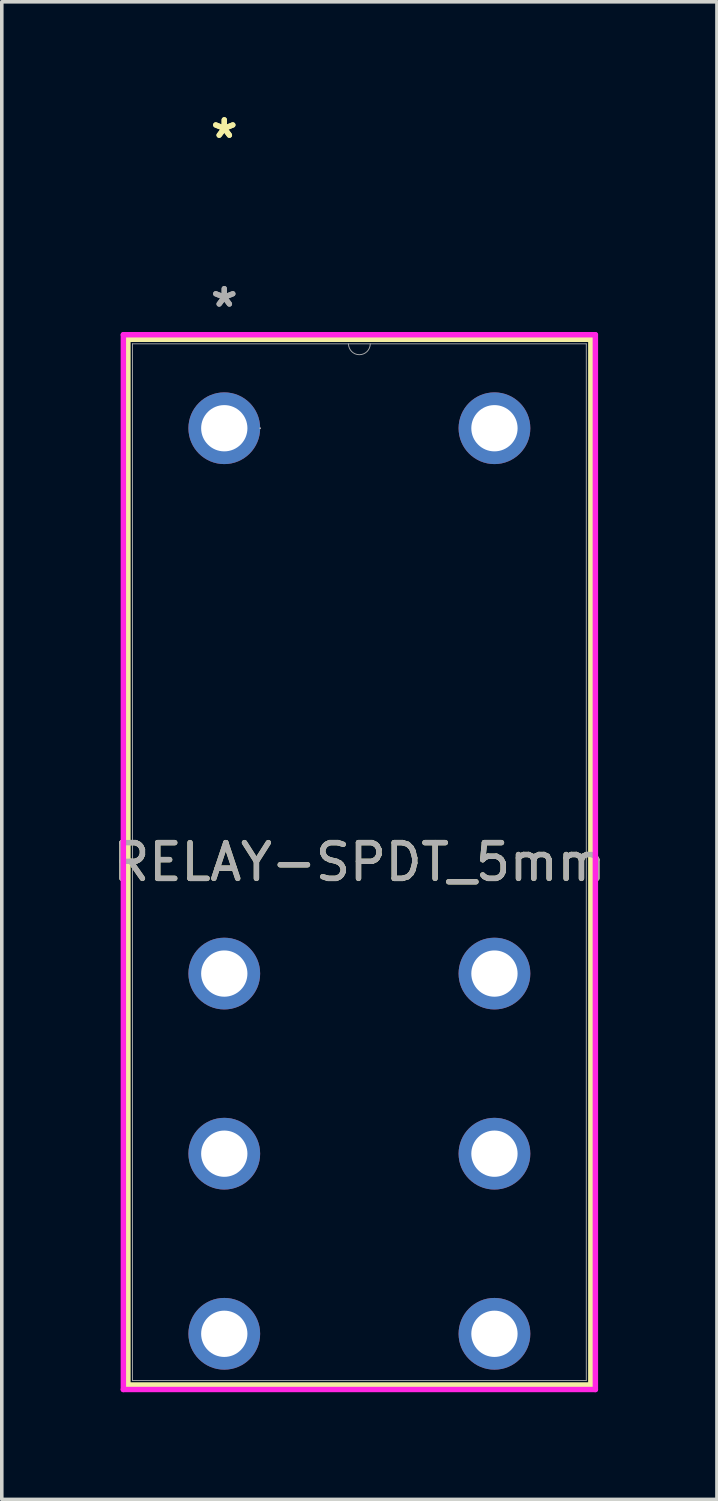
<source format=kicad_pcb>
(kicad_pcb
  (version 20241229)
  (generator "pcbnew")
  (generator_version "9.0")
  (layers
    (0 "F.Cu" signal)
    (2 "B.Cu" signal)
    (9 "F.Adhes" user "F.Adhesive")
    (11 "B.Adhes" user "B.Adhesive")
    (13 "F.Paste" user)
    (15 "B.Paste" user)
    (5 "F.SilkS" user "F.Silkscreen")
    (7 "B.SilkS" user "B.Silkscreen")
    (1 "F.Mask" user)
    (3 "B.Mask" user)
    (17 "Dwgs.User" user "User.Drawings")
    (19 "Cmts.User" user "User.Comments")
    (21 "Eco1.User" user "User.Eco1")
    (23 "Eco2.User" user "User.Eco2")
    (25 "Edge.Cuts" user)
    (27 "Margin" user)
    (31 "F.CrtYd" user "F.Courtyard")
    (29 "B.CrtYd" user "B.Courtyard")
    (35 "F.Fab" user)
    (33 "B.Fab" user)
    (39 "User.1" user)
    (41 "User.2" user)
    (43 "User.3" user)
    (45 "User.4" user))
  (footprint "RELAY-SPDT_5mm"
    (layer "F.Cu")
    (at 3.226 8.933)
    (property "Reference" "RELAY-SPDT_5mm" (at 3.78 12.141 0) (unlocked yes) (layer "F.SilkS") (effects (font (size 1 1) (thickness 0.15))))
    (attr through_hole)
    (fp_line (start -2.697 -2.489) (end -2.697 26.772) (stroke (width 0.152) (type solid)) (layer "F.SilkS"))
    (fp_line (start -2.697 26.772) (end 10.257 26.772) (stroke (width 0.152) (type solid)) (layer "F.SilkS"))
    (fp_line (start 10.257 -2.489) (end -2.697 -2.489) (stroke (width 0.152) (type solid)) (layer "F.SilkS"))
    (fp_line (start 10.257 26.772) (end 10.257 -2.489) (stroke (width 0.152) (type solid)) (layer "F.SilkS"))
    (fp_line (start -2.824 -2.616) (end 10.384 -2.616) (stroke (width 0.152) (type solid)) (layer "F.CrtYd"))
    (fp_line (start -2.824 26.899) (end -2.824 -2.616) (stroke (width 0.152) (type solid)) (layer "F.CrtYd"))
    (fp_line (start 10.384 -2.616) (end 10.384 26.899) (stroke (width 0.152) (type solid)) (layer "F.CrtYd"))
    (fp_line (start 10.384 26.899) (end -2.824 26.899) (stroke (width 0.152) (type solid)) (layer "F.CrtYd"))
    (fp_line (start -2.57 -2.362) (end -2.57 26.645) (stroke (width 0.025) (type solid)) (layer "F.Fab"))
    (fp_line (start -2.57 26.645) (end 10.13 26.645) (stroke (width 0.025) (type solid)) (layer "F.Fab"))
    (fp_line (start 10.13 -2.362) (end -2.57 -2.362) (stroke (width 0.025) (type solid)) (layer "F.Fab"))
    (fp_line (start 10.13 26.645) (end 10.13 -2.362) (stroke (width 0.025) (type solid)) (layer "F.Fab"))
    (fp_arc (start 4.0848 -2.3622) (mid 3.78 -2.0574) (end 3.4752 -2.3622) (stroke (width 0.0254) (type solid)) (layer "F.Fab"))
    (fp_circle (center 1.003 0) (end 1.003 0) (stroke (width 0.025) (type solid)) (fill no) (layer "F.Fab"))
    (fp_text user "*" (at 0 -8.084 0) (unlocked yes) (layer "F.SilkS") (effects (font (size 1 1) (thickness 0.15))))
    (fp_text user "*" (at 0 -8.084 0) (layer "F.SilkS") (effects (font (size 1 1) (thickness 0.15))))
    (fp_text user "${REFERENCE}" (at 3.78 12.141 0) (unlocked yes) (layer "F.Fab") (effects (font (size 1 1) (thickness 0.15))))
    (fp_text user "*" (at 0 -3.36 0) (layer "F.Fab") (effects (font (size 1 1) (thickness 0.15))))
    (fp_text user "*" (at 0 -3.36 0) (unlocked yes) (layer "F.Fab") (effects (font (size 1 1) (thickness 0.15))))
    (pad "11" thru_hole circle (at 7.56 20.3) (size 2.007 2.007) (drill 1.295) (layers "*.Cu" "*.Mask"))
    (pad "12" thru_hole circle (at 7.56 15.26) (size 2.007 2.007) (drill 1.295) (layers "*.Cu" "*.Mask"))
    (pad "14" thru_hole circle (at 7.56 25.34) (size 2.007 2.007) (drill 1.295) (layers "*.Cu" "*.Mask"))
    (pad "21" thru_hole circle (at 0 20.3) (size 2.007 2.007) (drill 1.295) (layers "*.Cu" "*.Mask"))
    (pad "22" thru_hole circle (at 0 15.26) (size 2.007 2.007) (drill 1.295) (layers "*.Cu" "*.Mask"))
    (pad "24" thru_hole circle (at 0 25.34) (size 2.007 2.007) (drill 1.295) (layers "*.Cu" "*.Mask"))
    (pad "A1" thru_hole circle (at 7.56 0) (size 2.007 2.007) (drill 1.295) (layers "*.Cu" "F.Mask"))
    (pad "A2" thru_hole circle (at 0 0) (size 2.007 2.007) (drill 1.295) (layers "*.Cu" "*.Mask")))
  (gr_rect
    (start -3 -3)
    (end 17.012 38.907)
    (stroke (width 0.1) (type default))
    (fill no)
    (layer "Edge.Cuts")))
</source>
